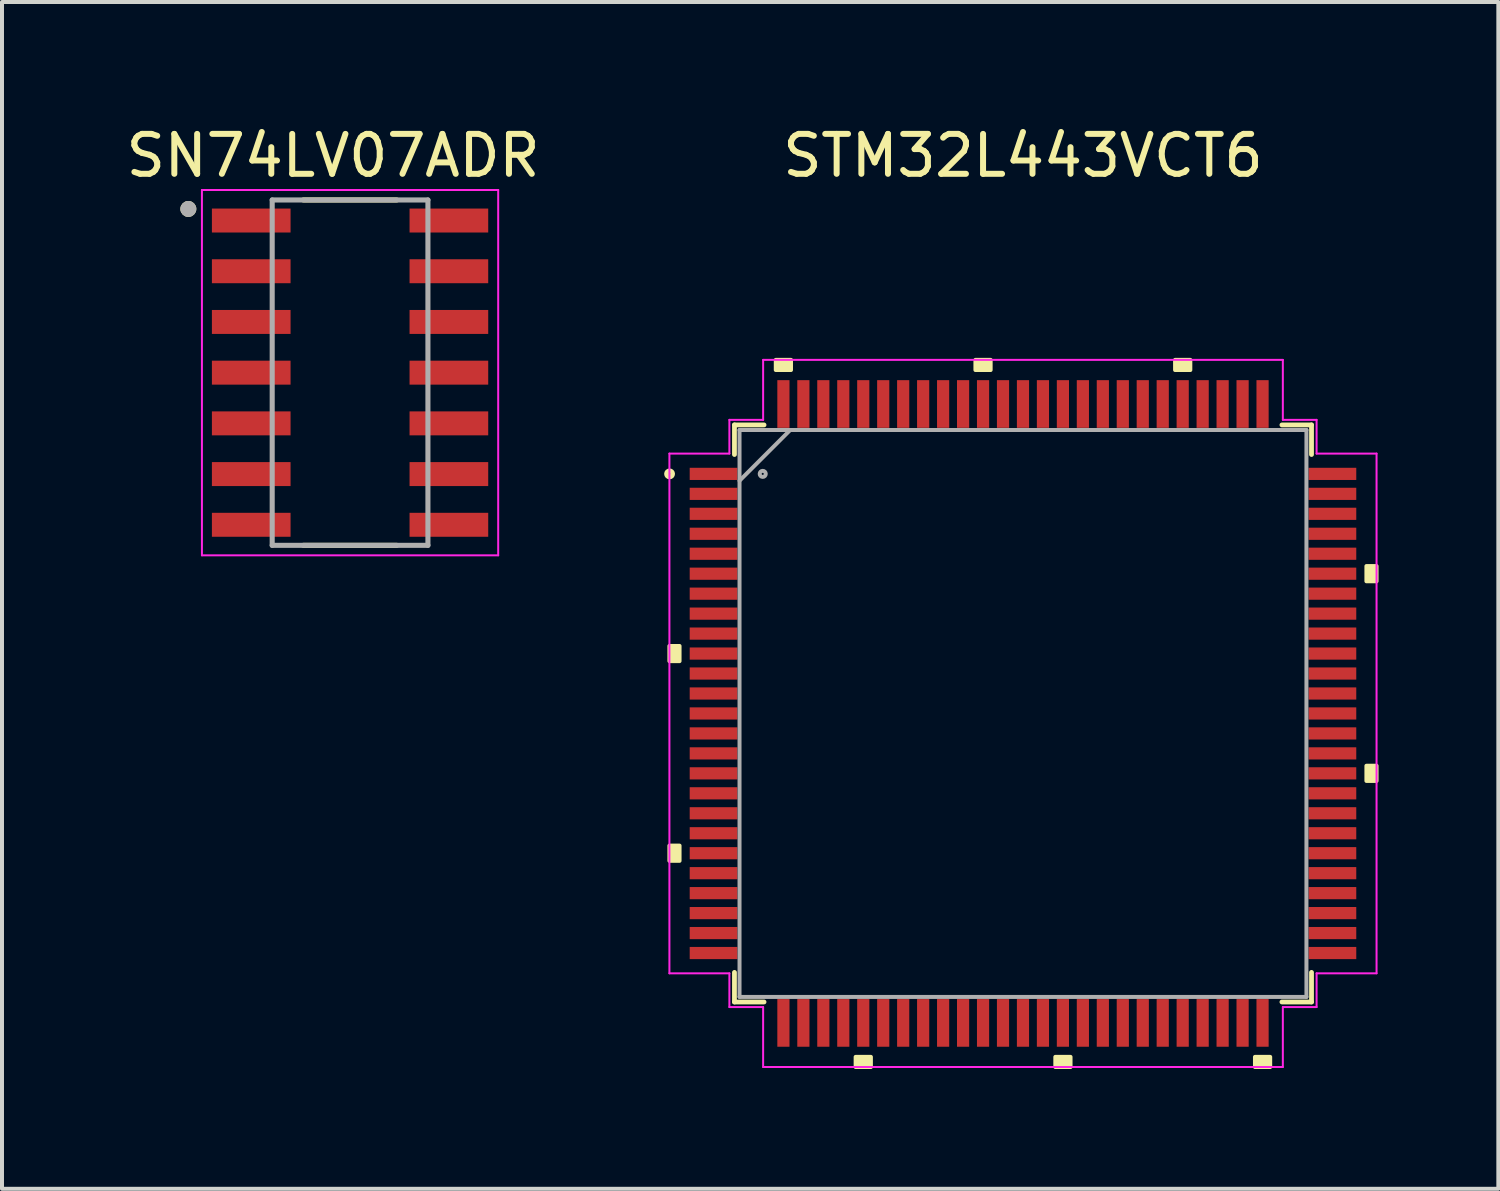
<source format=kicad_pcb>
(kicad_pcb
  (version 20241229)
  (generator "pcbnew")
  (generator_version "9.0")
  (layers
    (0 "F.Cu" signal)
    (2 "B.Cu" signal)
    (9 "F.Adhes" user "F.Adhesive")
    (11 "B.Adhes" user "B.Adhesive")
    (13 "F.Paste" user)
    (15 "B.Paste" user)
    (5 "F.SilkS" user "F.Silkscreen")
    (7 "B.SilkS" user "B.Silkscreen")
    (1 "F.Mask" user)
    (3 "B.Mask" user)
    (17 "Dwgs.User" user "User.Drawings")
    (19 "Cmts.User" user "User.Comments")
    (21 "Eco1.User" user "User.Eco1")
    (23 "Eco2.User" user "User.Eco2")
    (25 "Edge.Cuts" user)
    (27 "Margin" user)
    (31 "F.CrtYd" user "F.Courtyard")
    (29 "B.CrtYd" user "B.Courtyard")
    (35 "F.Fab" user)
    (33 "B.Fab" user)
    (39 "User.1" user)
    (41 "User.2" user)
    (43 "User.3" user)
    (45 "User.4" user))
  (footprint "SN74LV07ADR"
    (layer "F.Cu")
    (at 5.717 6.283)
    (property "Reference" "SN74LV07ADR" (at -0.425 -5.435 0) (layer "F.SilkS") (effects (font (size 1 1) (thickness 0.15))))
    (attr through_hole)
    (fp_line (start -1.17 -4.325) (end 1.17 -4.325) (stroke (width 0.127) (type solid)) (layer "F.SilkS"))
    (fp_line (start -1.17 4.325) (end 1.17 4.325) (stroke (width 0.127) (type solid)) (layer "F.SilkS"))
    (fp_circle (center -4.05 -4.1) (end -3.95 -4.1) (stroke (width 0.2) (type solid)) (fill no) (layer "F.SilkS"))
    (fp_line (start -3.71 -4.575) (end 3.71 -4.575) (stroke (width 0.05) (type solid)) (layer "F.CrtYd"))
    (fp_line (start -3.71 4.575) (end -3.71 -4.575) (stroke (width 0.05) (type solid)) (layer "F.CrtYd"))
    (fp_line (start 3.71 -4.575) (end 3.71 4.575) (stroke (width 0.05) (type solid)) (layer "F.CrtYd"))
    (fp_line (start 3.71 4.575) (end -3.71 4.575) (stroke (width 0.05) (type solid)) (layer "F.CrtYd"))
    (fp_line (start -1.95 -4.325) (end 1.95 -4.325) (stroke (width 0.127) (type solid)) (layer "F.Fab"))
    (fp_line (start -1.95 4.325) (end -1.95 -4.325) (stroke (width 0.127) (type solid)) (layer "F.Fab"))
    (fp_line (start 1.95 -4.325) (end 1.95 4.325) (stroke (width 0.127) (type solid)) (layer "F.Fab"))
    (fp_line (start 1.95 4.325) (end -1.95 4.325) (stroke (width 0.127) (type solid)) (layer "F.Fab"))
    (fp_circle (center -4.05 -4.1) (end -3.95 -4.1) (stroke (width 0.2) (type solid)) (fill no) (layer "F.Fab"))
    (pad "1" smd rect (at -2.475 -3.81) (size 1.97 0.6) (layers "F.Cu" "F.Mask" "F.Paste"))
    (pad "2" smd rect (at -2.475 -2.54) (size 1.97 0.6) (layers "F.Cu" "F.Mask" "F.Paste"))
    (pad "3" smd rect (at -2.475 -1.27) (size 1.97 0.6) (layers "F.Cu" "F.Mask" "F.Paste"))
    (pad "4" smd rect (at -2.475 0) (size 1.97 0.6) (layers "F.Cu" "F.Mask" "F.Paste"))
    (pad "5" smd rect (at -2.475 1.27) (size 1.97 0.6) (layers "F.Cu" "F.Mask" "F.Paste"))
    (pad "6" smd rect (at -2.475 2.54) (size 1.97 0.6) (layers "F.Cu" "F.Mask" "F.Paste"))
    (pad "7" smd rect (at -2.475 3.81) (size 1.97 0.6) (layers "F.Cu" "F.Mask" "F.Paste"))
    (pad "8" smd rect (at 2.475 3.81) (size 1.97 0.6) (layers "F.Cu" "F.Mask" "F.Paste"))
    (pad "9" smd rect (at 2.475 2.54) (size 1.97 0.6) (layers "F.Cu" "F.Mask" "F.Paste"))
    (pad "10" smd rect (at 2.475 1.27) (size 1.97 0.6) (layers "F.Cu" "F.Mask" "F.Paste"))
    (pad "11" smd rect (at 2.475 0) (size 1.97 0.6) (layers "F.Cu" "F.Mask" "F.Paste"))
    (pad "12" smd rect (at 2.475 -1.27) (size 1.97 0.6) (layers "F.Cu" "F.Mask" "F.Paste"))
    (pad "13" smd rect (at 2.475 -2.54) (size 1.97 0.6) (layers "F.Cu" "F.Mask" "F.Paste"))
    (pad "14" smd rect (at 2.475 -3.81) (size 1.97 0.6) (layers "F.Cu" "F.Mask" "F.Paste")))
  (footprint "STM32L443VCT6"
    (layer "F.Cu")
    (at 22.57 14.818)
    (property "Reference" "STM32L443VCT6" (at 0 -13.97 0) (layer "F.SilkS") (effects (font (size 1 1) (thickness 0.15))))
    (attr through_hole)
    (fp_line (start -7.226 -7.226) (end -7.226 -6.485) (stroke (width 0.12) (type solid)) (layer "F.SilkS"))
    (fp_line (start -7.226 6.485) (end -7.226 7.226) (stroke (width 0.12) (type solid)) (layer "F.SilkS"))
    (fp_line (start -7.226 7.226) (end -6.485 7.226) (stroke (width 0.12) (type solid)) (layer "F.SilkS"))
    (fp_line (start -6.485 -7.226) (end -7.226 -7.226) (stroke (width 0.12) (type solid)) (layer "F.SilkS"))
    (fp_line (start 6.485 7.226) (end 7.226 7.226) (stroke (width 0.12) (type solid)) (layer "F.SilkS"))
    (fp_line (start 7.226 -7.226) (end 6.485 -7.226) (stroke (width 0.12) (type solid)) (layer "F.SilkS"))
    (fp_line (start 7.226 -6.485) (end 7.226 -7.226) (stroke (width 0.12) (type solid)) (layer "F.SilkS"))
    (fp_line (start 7.226 7.226) (end 7.226 6.485) (stroke (width 0.12) (type solid)) (layer "F.SilkS"))
    (fp_circle (center -8.851 -6) (end -8.775 -6) (stroke (width 0.12) (type solid)) (fill no) (layer "F.SilkS"))
    (fp_poly (pts (xy -8.855 -1.69) (xy -8.855 -1.31) (xy -8.601 -1.31) (xy -8.601 -1.69)) (stroke (width 0.1) (type solid)) (fill yes) (layer "F.SilkS"))
    (fp_poly (pts (xy -8.855 3.31) (xy -8.855 3.691) (xy -8.601 3.691) (xy -8.601 3.31)) (stroke (width 0.1) (type solid)) (fill yes) (layer "F.SilkS"))
    (fp_poly (pts (xy -6.191 -8.601) (xy -6.191 -8.855) (xy -5.81 -8.855) (xy -5.81 -8.601)) (stroke (width 0.1) (type solid)) (fill yes) (layer "F.SilkS"))
    (fp_poly (pts (xy -4.191 8.601) (xy -4.191 8.855) (xy -3.809 8.855) (xy -3.809 8.601)) (stroke (width 0.1) (type solid)) (fill yes) (layer "F.SilkS"))
    (fp_poly (pts (xy -1.191 -8.601) (xy -1.191 -8.855) (xy -0.81 -8.855) (xy -0.81 -8.601)) (stroke (width 0.1) (type solid)) (fill yes) (layer "F.SilkS"))
    (fp_poly (pts (xy 0.81 8.601) (xy 0.81 8.855) (xy 1.191 8.855) (xy 1.191 8.601)) (stroke (width 0.1) (type solid)) (fill yes) (layer "F.SilkS"))
    (fp_poly (pts (xy 3.809 -8.601) (xy 3.809 -8.855) (xy 4.191 -8.855) (xy 4.191 -8.601)) (stroke (width 0.1) (type solid)) (fill yes) (layer "F.SilkS"))
    (fp_poly (pts (xy 5.81 8.601) (xy 5.81 8.855) (xy 6.191 8.855) (xy 6.191 8.601)) (stroke (width 0.1) (type solid)) (fill yes) (layer "F.SilkS"))
    (fp_poly (pts (xy 8.855 -3.691) (xy 8.855 -3.31) (xy 8.601 -3.31) (xy 8.601 -3.691)) (stroke (width 0.1) (type solid)) (fill yes) (layer "F.SilkS"))
    (fp_poly (pts (xy 8.855 1.31) (xy 8.855 1.69) (xy 8.601 1.69) (xy 8.601 1.31)) (stroke (width 0.1) (type solid)) (fill yes) (layer "F.SilkS"))
    (fp_line (start -8.855 -6.508) (end -7.353 -6.508) (stroke (width 0.05) (type solid)) (layer "F.CrtYd"))
    (fp_line (start -8.855 6.508) (end -8.855 -6.508) (stroke (width 0.05) (type solid)) (layer "F.CrtYd"))
    (fp_line (start -7.353 -7.353) (end -6.508 -7.353) (stroke (width 0.05) (type solid)) (layer "F.CrtYd"))
    (fp_line (start -7.353 -6.508) (end -7.353 -7.353) (stroke (width 0.05) (type solid)) (layer "F.CrtYd"))
    (fp_line (start -7.353 6.508) (end -8.855 6.508) (stroke (width 0.05) (type solid)) (layer "F.CrtYd"))
    (fp_line (start -7.353 7.353) (end -7.353 6.508) (stroke (width 0.05) (type solid)) (layer "F.CrtYd"))
    (fp_line (start -6.508 -8.855) (end 6.508 -8.855) (stroke (width 0.05) (type solid)) (layer "F.CrtYd"))
    (fp_line (start -6.508 -7.353) (end -6.508 -8.855) (stroke (width 0.05) (type solid)) (layer "F.CrtYd"))
    (fp_line (start -6.508 7.353) (end -7.353 7.353) (stroke (width 0.05) (type solid)) (layer "F.CrtYd"))
    (fp_line (start -6.508 8.855) (end -6.508 7.353) (stroke (width 0.05) (type solid)) (layer "F.CrtYd"))
    (fp_line (start 6.508 -8.855) (end 6.508 -7.353) (stroke (width 0.05) (type solid)) (layer "F.CrtYd"))
    (fp_line (start 6.508 -7.353) (end 7.353 -7.353) (stroke (width 0.05) (type solid)) (layer "F.CrtYd"))
    (fp_line (start 6.508 7.353) (end 6.508 8.855) (stroke (width 0.05) (type solid)) (layer "F.CrtYd"))
    (fp_line (start 6.508 8.855) (end -6.508 8.855) (stroke (width 0.05) (type solid)) (layer "F.CrtYd"))
    (fp_line (start 7.353 -7.353) (end 7.353 -6.508) (stroke (width 0.05) (type solid)) (layer "F.CrtYd"))
    (fp_line (start 7.353 -6.508) (end 8.855 -6.508) (stroke (width 0.05) (type solid)) (layer "F.CrtYd"))
    (fp_line (start 7.353 6.508) (end 7.353 7.353) (stroke (width 0.05) (type solid)) (layer "F.CrtYd"))
    (fp_line (start 7.353 7.353) (end 6.508 7.353) (stroke (width 0.05) (type solid)) (layer "F.CrtYd"))
    (fp_line (start 8.855 -6.508) (end 8.855 6.508) (stroke (width 0.05) (type solid)) (layer "F.CrtYd"))
    (fp_line (start 8.855 6.508) (end 7.353 6.508) (stroke (width 0.05) (type solid)) (layer "F.CrtYd"))
    (fp_line (start -7.099 -7.099) (end -7.099 7.099) (stroke (width 0.1) (type solid)) (layer "F.Fab"))
    (fp_line (start -7.099 -5.829) (end -5.829 -7.099) (stroke (width 0.1) (type solid)) (layer "F.Fab"))
    (fp_line (start -7.099 7.099) (end 7.099 7.099) (stroke (width 0.1) (type solid)) (layer "F.Fab"))
    (fp_line (start 7.099 -7.099) (end -7.099 -7.099) (stroke (width 0.1) (type solid)) (layer "F.Fab"))
    (fp_line (start 7.099 7.099) (end 7.099 -7.099) (stroke (width 0.1) (type solid)) (layer "F.Fab"))
    (fp_circle (center -6.518 -6) (end -6.442 -6) (stroke (width 0.1) (type solid)) (fill no) (layer "F.Fab"))
    (pad "1" smd rect (at -7.75 -6) (size 1.194 0.305) (layers "F.Cu" "F.Mask" "F.Paste"))
    (pad "2" smd rect (at -7.75 -5.5) (size 1.194 0.305) (layers "F.Cu" "F.Mask" "F.Paste"))
    (pad "3" smd rect (at -7.75 -5) (size 1.194 0.305) (layers "F.Cu" "F.Mask" "F.Paste"))
    (pad "4" smd rect (at -7.75 -4.5) (size 1.194 0.305) (layers "F.Cu" "F.Mask" "F.Paste"))
    (pad "5" smd rect (at -7.75 -4) (size 1.194 0.305) (layers "F.Cu" "F.Mask" "F.Paste"))
    (pad "6" smd rect (at -7.75 -3.5) (size 1.194 0.305) (layers "F.Cu" "F.Mask" "F.Paste"))
    (pad "7" smd rect (at -7.75 -3) (size 1.194 0.305) (layers "F.Cu" "F.Mask" "F.Paste"))
    (pad "8" smd rect (at -7.75 -2.5) (size 1.194 0.305) (layers "F.Cu" "F.Mask" "F.Paste"))
    (pad "9" smd rect (at -7.75 -2) (size 1.194 0.305) (layers "F.Cu" "F.Mask" "F.Paste"))
    (pad "10" smd rect (at -7.75 -1.5) (size 1.194 0.305) (layers "F.Cu" "F.Mask" "F.Paste"))
    (pad "11" smd rect (at -7.75 -1) (size 1.194 0.305) (layers "F.Cu" "F.Mask" "F.Paste"))
    (pad "12" smd rect (at -7.75 -0.5) (size 1.194 0.305) (layers "F.Cu" "F.Mask" "F.Paste"))
    (pad "13" smd rect (at -7.75 0) (size 1.194 0.305) (layers "F.Cu" "F.Mask" "F.Paste"))
    (pad "14" smd rect (at -7.75 0.5) (size 1.194 0.305) (layers "F.Cu" "F.Mask" "F.Paste"))
    (pad "15" smd rect (at -7.75 1) (size 1.194 0.305) (layers "F.Cu" "F.Mask" "F.Paste"))
    (pad "16" smd rect (at -7.75 1.5) (size 1.194 0.305) (layers "F.Cu" "F.Mask" "F.Paste"))
    (pad "17" smd rect (at -7.75 2) (size 1.194 0.305) (layers "F.Cu" "F.Mask" "F.Paste"))
    (pad "18" smd rect (at -7.75 2.5) (size 1.194 0.305) (layers "F.Cu" "F.Mask" "F.Paste"))
    (pad "19" smd rect (at -7.75 3) (size 1.194 0.305) (layers "F.Cu" "F.Mask" "F.Paste"))
    (pad "20" smd rect (at -7.75 3.5) (size 1.194 0.305) (layers "F.Cu" "F.Mask" "F.Paste"))
    (pad "21" smd rect (at -7.75 4) (size 1.194 0.305) (layers "F.Cu" "F.Mask" "F.Paste"))
    (pad "22" smd rect (at -7.75 4.5) (size 1.194 0.305) (layers "F.Cu" "F.Mask" "F.Paste"))
    (pad "23" smd rect (at -7.75 5) (size 1.194 0.305) (layers "F.Cu" "F.Mask" "F.Paste"))
    (pad "24" smd rect (at -7.75 5.5) (size 1.194 0.305) (layers "F.Cu" "F.Mask" "F.Paste"))
    (pad "25" smd rect (at -7.75 6) (size 1.194 0.305) (layers "F.Cu" "F.Mask" "F.Paste"))
    (pad "26" smd rect (at -6 7.75 90) (size 1.194 0.305) (layers "F.Cu" "F.Mask" "F.Paste"))
    (pad "27" smd rect (at -5.5 7.75 90) (size 1.194 0.305) (layers "F.Cu" "F.Mask" "F.Paste"))
    (pad "28" smd rect (at -5 7.75 90) (size 1.194 0.305) (layers "F.Cu" "F.Mask" "F.Paste"))
    (pad "29" smd rect (at -4.5 7.75 90) (size 1.194 0.305) (layers "F.Cu" "F.Mask" "F.Paste"))
    (pad "30" smd rect (at -4 7.75 90) (size 1.194 0.305) (layers "F.Cu" "F.Mask" "F.Paste"))
    (pad "31" smd rect (at -3.5 7.75 90) (size 1.194 0.305) (layers "F.Cu" "F.Mask" "F.Paste"))
    (pad "32" smd rect (at -3 7.75 90) (size 1.194 0.305) (layers "F.Cu" "F.Mask" "F.Paste"))
    (pad "33" smd rect (at -2.5 7.75 90) (size 1.194 0.305) (layers "F.Cu" "F.Mask" "F.Paste"))
    (pad "34" smd rect (at -2 7.75 90) (size 1.194 0.305) (layers "F.Cu" "F.Mask" "F.Paste"))
    (pad "35" smd rect (at -1.5 7.75 90) (size 1.194 0.305) (layers "F.Cu" "F.Mask" "F.Paste"))
    (pad "36" smd rect (at -1 7.75 90) (size 1.194 0.305) (layers "F.Cu" "F.Mask" "F.Paste"))
    (pad "37" smd rect (at -0.5 7.75 90) (size 1.194 0.305) (layers "F.Cu" "F.Mask" "F.Paste"))
    (pad "38" smd rect (at 0 7.75 90) (size 1.194 0.305) (layers "F.Cu" "F.Mask" "F.Paste"))
    (pad "39" smd rect (at 0.5 7.75 90) (size 1.194 0.305) (layers "F.Cu" "F.Mask" "F.Paste"))
    (pad "40" smd rect (at 1 7.75 90) (size 1.194 0.305) (layers "F.Cu" "F.Mask" "F.Paste"))
    (pad "41" smd rect (at 1.5 7.75 90) (size 1.194 0.305) (layers "F.Cu" "F.Mask" "F.Paste"))
    (pad "42" smd rect (at 2 7.75 90) (size 1.194 0.305) (layers "F.Cu" "F.Mask" "F.Paste"))
    (pad "43" smd rect (at 2.5 7.75 90) (size 1.194 0.305) (layers "F.Cu" "F.Mask" "F.Paste"))
    (pad "44" smd rect (at 3 7.75 90) (size 1.194 0.305) (layers "F.Cu" "F.Mask" "F.Paste"))
    (pad "45" smd rect (at 3.5 7.75 90) (size 1.194 0.305) (layers "F.Cu" "F.Mask" "F.Paste"))
    (pad "46" smd rect (at 4 7.75 90) (size 1.194 0.305) (layers "F.Cu" "F.Mask" "F.Paste"))
    (pad "47" smd rect (at 4.5 7.75 90) (size 1.194 0.305) (layers "F.Cu" "F.Mask" "F.Paste"))
    (pad "48" smd rect (at 5 7.75 90) (size 1.194 0.305) (layers "F.Cu" "F.Mask" "F.Paste"))
    (pad "49" smd rect (at 5.5 7.75 90) (size 1.194 0.305) (layers "F.Cu" "F.Mask" "F.Paste"))
    (pad "50" smd rect (at 6 7.75 90) (size 1.194 0.305) (layers "F.Cu" "F.Mask" "F.Paste"))
    (pad "51" smd rect (at 7.75 6) (size 1.194 0.305) (layers "F.Cu" "F.Mask" "F.Paste"))
    (pad "52" smd rect (at 7.75 5.5) (size 1.194 0.305) (layers "F.Cu" "F.Mask" "F.Paste"))
    (pad "53" smd rect (at 7.75 5) (size 1.194 0.305) (layers "F.Cu" "F.Mask" "F.Paste"))
    (pad "54" smd rect (at 7.75 4.5) (size 1.194 0.305) (layers "F.Cu" "F.Mask" "F.Paste"))
    (pad "55" smd rect (at 7.75 4) (size 1.194 0.305) (layers "F.Cu" "F.Mask" "F.Paste"))
    (pad "56" smd rect (at 7.75 3.5) (size 1.194 0.305) (layers "F.Cu" "F.Mask" "F.Paste"))
    (pad "57" smd rect (at 7.75 3) (size 1.194 0.305) (layers "F.Cu" "F.Mask" "F.Paste"))
    (pad "58" smd rect (at 7.75 2.5) (size 1.194 0.305) (layers "F.Cu" "F.Mask" "F.Paste"))
    (pad "59" smd rect (at 7.75 2) (size 1.194 0.305) (layers "F.Cu" "F.Mask" "F.Paste"))
    (pad "60" smd rect (at 7.75 1.5) (size 1.194 0.305) (layers "F.Cu" "F.Mask" "F.Paste"))
    (pad "61" smd rect (at 7.75 1) (size 1.194 0.305) (layers "F.Cu" "F.Mask" "F.Paste"))
    (pad "62" smd rect (at 7.75 0.5) (size 1.194 0.305) (layers "F.Cu" "F.Mask" "F.Paste"))
    (pad "63" smd rect (at 7.75 0) (size 1.194 0.305) (layers "F.Cu" "F.Mask" "F.Paste"))
    (pad "64" smd rect (at 7.75 -0.5) (size 1.194 0.305) (layers "F.Cu" "F.Mask" "F.Paste"))
    (pad "65" smd rect (at 7.75 -1) (size 1.194 0.305) (layers "F.Cu" "F.Mask" "F.Paste"))
    (pad "66" smd rect (at 7.75 -1.5) (size 1.194 0.305) (layers "F.Cu" "F.Mask" "F.Paste"))
    (pad "67" smd rect (at 7.75 -2) (size 1.194 0.305) (layers "F.Cu" "F.Mask" "F.Paste"))
    (pad "68" smd rect (at 7.75 -2.5) (size 1.194 0.305) (layers "F.Cu" "F.Mask" "F.Paste"))
    (pad "69" smd rect (at 7.75 -3) (size 1.194 0.305) (layers "F.Cu" "F.Mask" "F.Paste"))
    (pad "70" smd rect (at 7.75 -3.5) (size 1.194 0.305) (layers "F.Cu" "F.Mask" "F.Paste"))
    (pad "71" smd rect (at 7.75 -4) (size 1.194 0.305) (layers "F.Cu" "F.Mask" "F.Paste"))
    (pad "72" smd rect (at 7.75 -4.5) (size 1.194 0.305) (layers "F.Cu" "F.Mask" "F.Paste"))
    (pad "73" smd rect (at 7.75 -5) (size 1.194 0.305) (layers "F.Cu" "F.Mask" "F.Paste"))
    (pad "74" smd rect (at 7.75 -5.5) (size 1.194 0.305) (layers "F.Cu" "F.Mask" "F.Paste"))
    (pad "75" smd rect (at 7.75 -6) (size 1.194 0.305) (layers "F.Cu" "F.Mask" "F.Paste"))
    (pad "76" smd rect (at 6 -7.75 90) (size 1.194 0.305) (layers "F.Cu" "F.Mask" "F.Paste"))
    (pad "77" smd rect (at 5.5 -7.75 90) (size 1.194 0.305) (layers "F.Cu" "F.Mask" "F.Paste"))
    (pad "78" smd rect (at 5 -7.75 90) (size 1.194 0.305) (layers "F.Cu" "F.Mask" "F.Paste"))
    (pad "79" smd rect (at 4.5 -7.75 90) (size 1.194 0.305) (layers "F.Cu" "F.Mask" "F.Paste"))
    (pad "80" smd rect (at 4 -7.75 90) (size 1.194 0.305) (layers "F.Cu" "F.Mask" "F.Paste"))
    (pad "81" smd rect (at 3.5 -7.75 90) (size 1.194 0.305) (layers "F.Cu" "F.Mask" "F.Paste"))
    (pad "82" smd rect (at 3 -7.75 90) (size 1.194 0.305) (layers "F.Cu" "F.Mask" "F.Paste"))
    (pad "83" smd rect (at 2.5 -7.75 90) (size 1.194 0.305) (layers "F.Cu" "F.Mask" "F.Paste"))
    (pad "84" smd rect (at 2 -7.75 90) (size 1.194 0.305) (layers "F.Cu" "F.Mask" "F.Paste"))
    (pad "85" smd rect (at 1.5 -7.75 90) (size 1.194 0.305) (layers "F.Cu" "F.Mask" "F.Paste"))
    (pad "86" smd rect (at 1 -7.75 90) (size 1.194 0.305) (layers "F.Cu" "F.Mask" "F.Paste"))
    (pad "87" smd rect (at 0.5 -7.75 90) (size 1.194 0.305) (layers "F.Cu" "F.Mask" "F.Paste"))
    (pad "88" smd rect (at 0 -7.75 90) (size 1.194 0.305) (layers "F.Cu" "F.Mask" "F.Paste"))
    (pad "89" smd rect (at -0.5 -7.75 90) (size 1.194 0.305) (layers "F.Cu" "F.Mask" "F.Paste"))
    (pad "90" smd rect (at -1 -7.75 90) (size 1.194 0.305) (layers "F.Cu" "F.Mask" "F.Paste"))
    (pad "91" smd rect (at -1.5 -7.75 90) (size 1.194 0.305) (layers "F.Cu" "F.Mask" "F.Paste"))
    (pad "92" smd rect (at -2 -7.75 90) (size 1.194 0.305) (layers "F.Cu" "F.Mask" "F.Paste"))
    (pad "93" smd rect (at -2.5 -7.75 90) (size 1.194 0.305) (layers "F.Cu" "F.Mask" "F.Paste"))
    (pad "94" smd rect (at -3 -7.75 90) (size 1.194 0.305) (layers "F.Cu" "F.Mask" "F.Paste"))
    (pad "95" smd rect (at -3.5 -7.75 90) (size 1.194 0.305) (layers "F.Cu" "F.Mask" "F.Paste"))
    (pad "96" smd rect (at -4 -7.75 90) (size 1.194 0.305) (layers "F.Cu" "F.Mask" "F.Paste"))
    (pad "97" smd rect (at -4.5 -7.75 90) (size 1.194 0.305) (layers "F.Cu" "F.Mask" "F.Paste"))
    (pad "98" smd rect (at -5 -7.75 90) (size 1.194 0.305) (layers "F.Cu" "F.Mask" "F.Paste"))
    (pad "99" smd rect (at -5.5 -7.75 90) (size 1.194 0.305) (layers "F.Cu" "F.Mask" "F.Paste"))
    (pad "100" smd rect (at -6 -7.75 90) (size 1.194 0.305) (layers "F.Cu" "F.Mask" "F.Paste")))
  (gr_rect
    (start -3 -3)
    (end 34.475 26.723)
    (stroke (width 0.1) (type default))
    (fill no)
    (layer "Edge.Cuts")))
</source>
